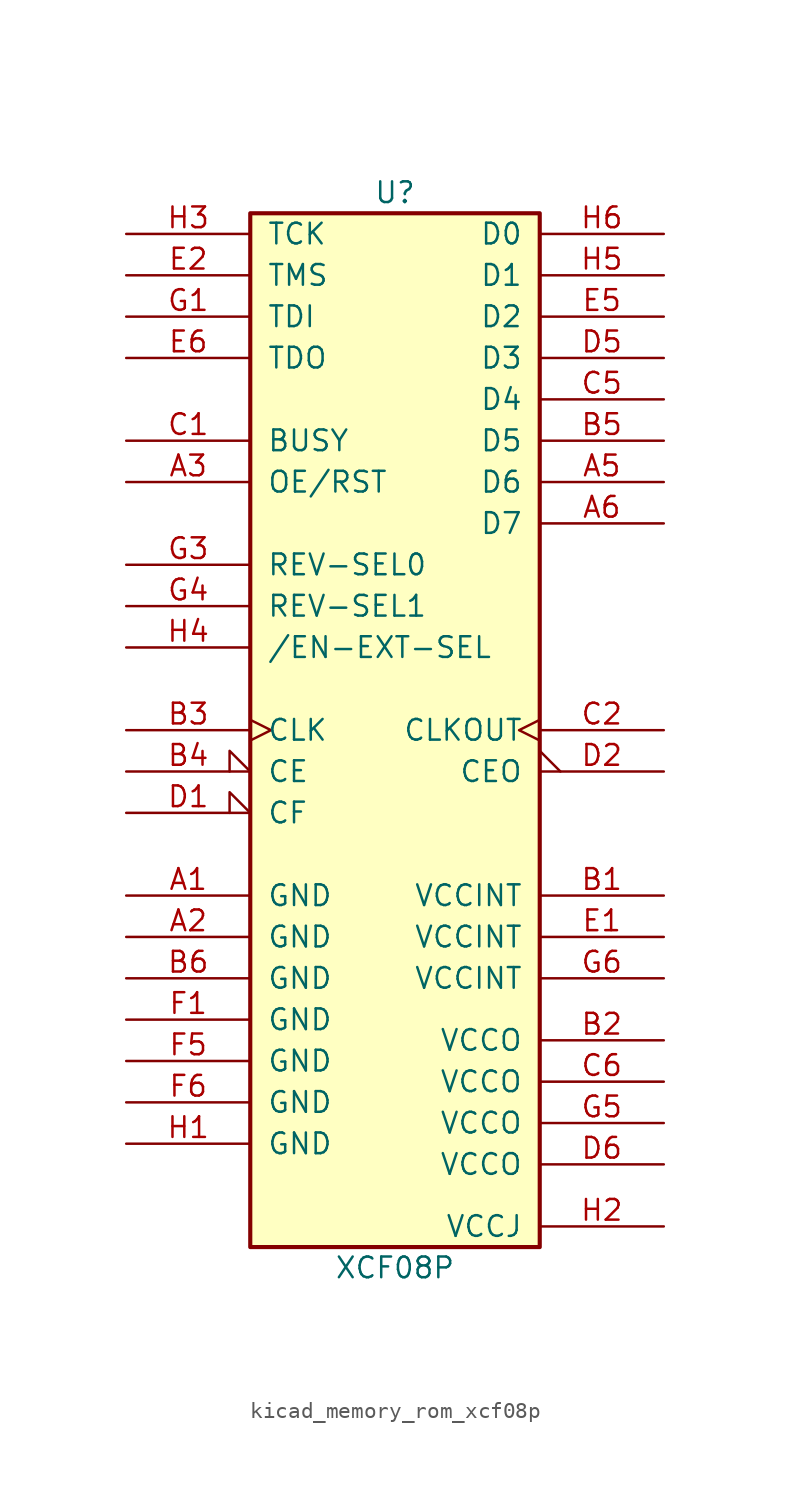
<source format=kicad_sym>
(kicad_symbol_lib
  (version 20220914)
  (generator kicad_symbol_editor)
  (symbol "kicad_memory_rom_xcf08p"
    (pin_names
      (offset 1.016))
    (property "Reference" "U"
      (at 0 33.02 0)
      (effects (font (size 1.27 1.27))))
    (property "Value" "XCF08P"
      (at 0 -33.02 0)
      (effects (font (size 1.27 1.27))))
    (symbol "kicad_memory_rom_xcf08p_0_1"
      (rectangle (start -8.89 31.75) (end 8.89 -31.75) (stroke (width 0.254) (type default)) (fill (type background))))
    (symbol "kicad_memory_rom_xcf08p_1_1"
      (pin power_in line (at -16.51 -10.16 0) (length 7.62) (name "GND" (effects (font (size 1.27 1.27)))) (number "A1" (effects (font (size 1.27 1.27)))))
      (pin power_in line (at -16.51 -12.7 0) (length 7.62) (name "GND" (effects (font (size 1.27 1.27)))) (number "A2" (effects (font (size 1.27 1.27)))))
      (pin input line (at -16.51 15.24 0) (length 7.62) (name "OE/RST" (effects (font (size 1.27 1.27)))) (number "A3" (effects (font (size 1.27 1.27)))))
      (pin tri_state line (at 16.51 15.24 180) (length 7.62) (name "D6" (effects (font (size 1.27 1.27)))) (number "A5" (effects (font (size 1.27 1.27)))))
      (pin tri_state line (at 16.51 12.7 180) (length 7.62) (name "D7" (effects (font (size 1.27 1.27)))) (number "A6" (effects (font (size 1.27 1.27)))))
      (pin power_in line (at 16.51 -10.16 180) (length 7.62) (name "VCCINT" (effects (font (size 1.27 1.27)))) (number "B1" (effects (font (size 1.27 1.27)))))
      (pin power_in line (at 16.51 -19.05 180) (length 7.62) (name "VCCO" (effects (font (size 1.27 1.27)))) (number "B2" (effects (font (size 1.27 1.27)))))
      (pin input clock (at -16.51 0 0) (length 7.62) (name "CLK" (effects (font (size 1.27 1.27)))) (number "B3" (effects (font (size 1.27 1.27)))))
      (pin input input_low (at -16.51 -2.54 0) (length 7.62) (name "CE" (effects (font (size 1.27 1.27)))) (number "B4" (effects (font (size 1.27 1.27)))))
      (pin tri_state line (at 16.51 17.78 180) (length 7.62) (name "D5" (effects (font (size 1.27 1.27)))) (number "B5" (effects (font (size 1.27 1.27)))))
      (pin power_in line (at -16.51 -15.24 0) (length 7.62) (name "GND" (effects (font (size 1.27 1.27)))) (number "B6" (effects (font (size 1.27 1.27)))))
      (pin input line (at -16.51 17.78 0) (length 7.62) (name "BUSY" (effects (font (size 1.27 1.27)))) (number "C1" (effects (font (size 1.27 1.27)))))
      (pin output clock (at 16.51 0 180) (length 7.62) (name "CLKOUT" (effects (font (size 1.27 1.27)))) (number "C2" (effects (font (size 1.27 1.27)))))
      (pin tri_state line (at 16.51 20.32 180) (length 7.62) (name "D4" (effects (font (size 1.27 1.27)))) (number "C5" (effects (font (size 1.27 1.27)))))
      (pin power_in line (at 16.51 -21.59 180) (length 7.62) (name "VCCO" (effects (font (size 1.27 1.27)))) (number "C6" (effects (font (size 1.27 1.27)))))
      (pin bidirectional input_low (at -16.51 -5.08 0) (length 7.62) (name "CF" (effects (font (size 1.27 1.27)))) (number "D1" (effects (font (size 1.27 1.27)))))
      (pin output output_low (at 16.51 -2.54 180) (length 7.62) (name "CEO" (effects (font (size 1.27 1.27)))) (number "D2" (effects (font (size 1.27 1.27)))))
      (pin tri_state line (at 16.51 22.86 180) (length 7.62) (name "D3" (effects (font (size 1.27 1.27)))) (number "D5" (effects (font (size 1.27 1.27)))))
      (pin power_in line (at 16.51 -26.67 180) (length 7.62) (name "VCCO" (effects (font (size 1.27 1.27)))) (number "D6" (effects (font (size 1.27 1.27)))))
      (pin power_in line (at 16.51 -12.7 180) (length 7.62) (name "VCCINT" (effects (font (size 1.27 1.27)))) (number "E1" (effects (font (size 1.27 1.27)))))
      (pin input line (at -16.51 27.94 0) (length 7.62) (name "TMS" (effects (font (size 1.27 1.27)))) (number "E2" (effects (font (size 1.27 1.27)))))
      (pin tri_state line (at 16.51 25.4 180) (length 7.62) (name "D2" (effects (font (size 1.27 1.27)))) (number "E5" (effects (font (size 1.27 1.27)))))
      (pin output line (at -16.51 22.86 0) (length 7.62) (name "TDO" (effects (font (size 1.27 1.27)))) (number "E6" (effects (font (size 1.27 1.27)))))
      (pin power_in line (at -16.51 -17.78 0) (length 7.62) (name "GND" (effects (font (size 1.27 1.27)))) (number "F1" (effects (font (size 1.27 1.27)))))
      (pin power_in line (at -16.51 -20.32 0) (length 7.62) (name "GND" (effects (font (size 1.27 1.27)))) (number "F5" (effects (font (size 1.27 1.27)))))
      (pin power_in line (at -16.51 -22.86 0) (length 7.62) (name "GND" (effects (font (size 1.27 1.27)))) (number "F6" (effects (font (size 1.27 1.27)))))
      (pin input line (at -16.51 25.4 0) (length 7.62) (name "TDI" (effects (font (size 1.27 1.27)))) (number "G1" (effects (font (size 1.27 1.27)))))
      (pin input line (at -16.51 10.16 0) (length 7.62) (name "REV-SEL0" (effects (font (size 1.27 1.27)))) (number "G3" (effects (font (size 1.27 1.27)))))
      (pin input line (at -16.51 7.62 0) (length 7.62) (name "REV-SEL1" (effects (font (size 1.27 1.27)))) (number "G4" (effects (font (size 1.27 1.27)))))
      (pin power_in line (at 16.51 -24.13 180) (length 7.62) (name "VCCO" (effects (font (size 1.27 1.27)))) (number "G5" (effects (font (size 1.27 1.27)))))
      (pin power_in line (at 16.51 -15.24 180) (length 7.62) (name "VCCINT" (effects (font (size 1.27 1.27)))) (number "G6" (effects (font (size 1.27 1.27)))))
      (pin power_in line (at -16.51 -25.4 0) (length 7.62) (name "GND" (effects (font (size 1.27 1.27)))) (number "H1" (effects (font (size 1.27 1.27)))))
      (pin power_in line (at 16.51 -30.48 180) (length 7.62) (name "VCCJ" (effects (font (size 1.27 1.27)))) (number "H2" (effects (font (size 1.27 1.27)))))
      (pin input line (at -16.51 30.48 0) (length 7.62) (name "TCK" (effects (font (size 1.27 1.27)))) (number "H3" (effects (font (size 1.27 1.27)))))
      (pin input line (at -16.51 5.08 0) (length 7.62) (name "/EN-EXT-SEL" (effects (font (size 1.27 1.27)))) (number "H4" (effects (font (size 1.27 1.27)))))
      (pin tri_state line (at 16.51 27.94 180) (length 7.62) (name "D1" (effects (font (size 1.27 1.27)))) (number "H5" (effects (font (size 1.27 1.27)))))
      (pin tri_state line (at 16.51 30.48 180) (length 7.62) (name "D0" (effects (font (size 1.27 1.27)))) (number "H6" (effects (font (size 1.27 1.27))))))))
</source>
